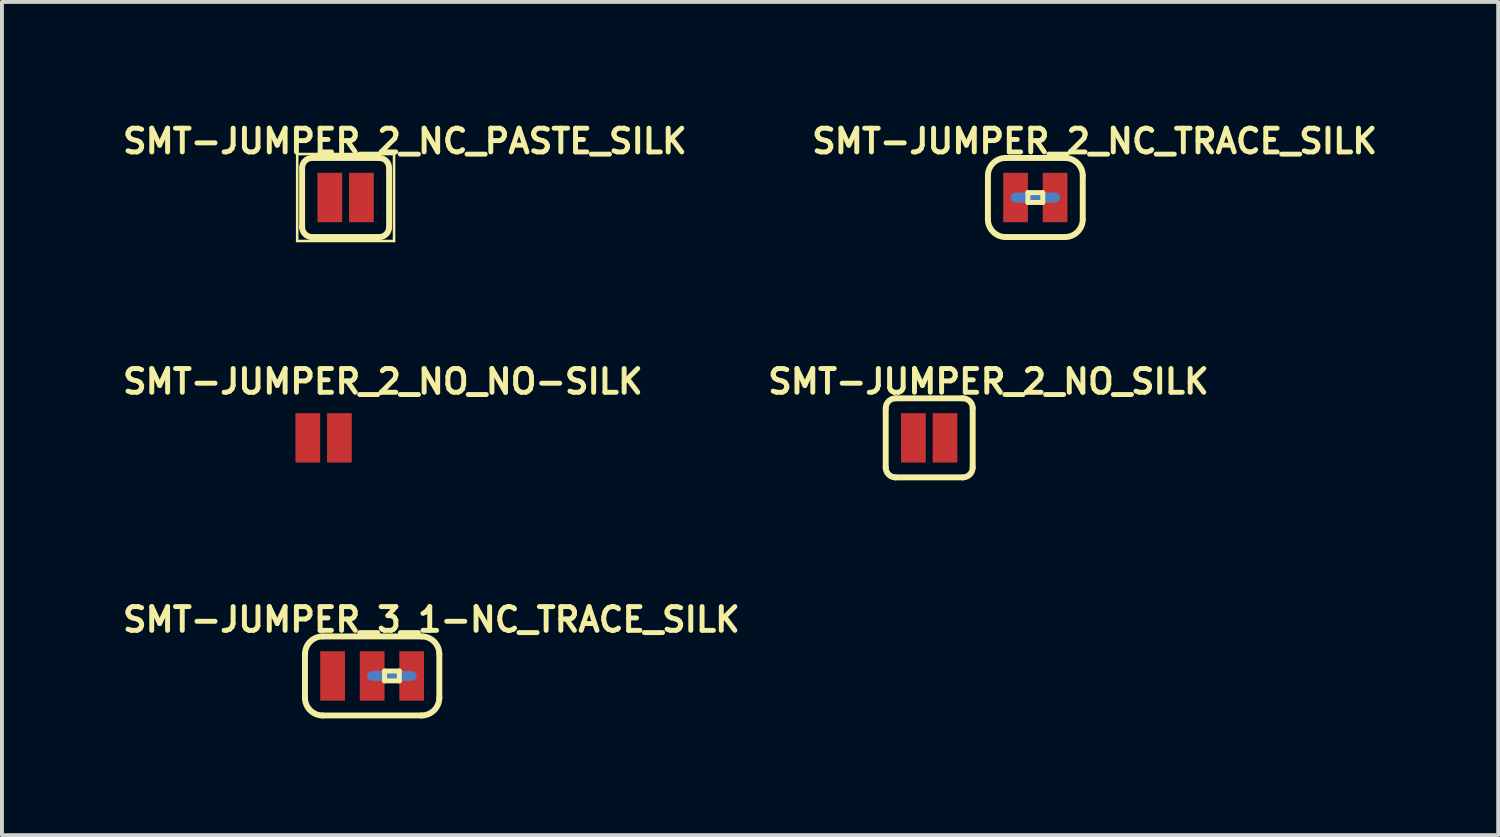
<source format=kicad_pcb>
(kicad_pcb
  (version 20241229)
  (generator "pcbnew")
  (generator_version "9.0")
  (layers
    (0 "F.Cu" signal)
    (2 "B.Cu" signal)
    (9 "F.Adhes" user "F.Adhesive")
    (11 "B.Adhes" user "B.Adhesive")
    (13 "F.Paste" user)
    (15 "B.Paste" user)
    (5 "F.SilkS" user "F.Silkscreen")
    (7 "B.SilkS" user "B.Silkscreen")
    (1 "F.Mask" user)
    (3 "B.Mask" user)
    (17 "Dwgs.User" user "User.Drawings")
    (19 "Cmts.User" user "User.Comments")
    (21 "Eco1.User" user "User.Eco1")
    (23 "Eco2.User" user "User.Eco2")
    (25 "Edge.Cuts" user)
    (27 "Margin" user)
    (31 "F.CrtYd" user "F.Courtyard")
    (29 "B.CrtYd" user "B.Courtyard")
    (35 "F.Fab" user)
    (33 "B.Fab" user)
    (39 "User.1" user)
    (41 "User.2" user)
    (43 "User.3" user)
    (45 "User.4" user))
  (footprint "SMT-JUMPER_3_1-NC_TRACE_SILK"
    (layer "F.Cu")
    (at 6.516 14.325)
    (property "Reference" "SMT-JUMPER_3_1-NC_TRACE_SILK" (at 1.524 -1.448 0) (layer "F.SilkS") (effects (font (size 0.61 0.61) (thickness 0.127))))
    (attr smd)
    (fp_line (start 0 0) (end 1.016 0) (stroke (width 0.254) (type solid)) (layer "B.Cu"))
    (fp_line (start -1.727 0.559) (end -1.727 -0.559) (stroke (width 0.152) (type solid)) (layer "F.SilkS"))
    (fp_line (start -1.27 -1.016) (end 1.27 -1.016) (stroke (width 0.152) (type solid)) (layer "F.SilkS"))
    (fp_line (start 0.318 -0.127) (end 0.699 -0.127) (stroke (width 0.127) (type solid)) (layer "F.SilkS"))
    (fp_line (start 0.318 0.127) (end 0.318 -0.127) (stroke (width 0.127) (type solid)) (layer "F.SilkS"))
    (fp_line (start 0.699 -0.127) (end 0.699 0.127) (stroke (width 0.127) (type solid)) (layer "F.SilkS"))
    (fp_line (start 0.699 0.127) (end 0.318 0.127) (stroke (width 0.127) (type solid)) (layer "F.SilkS"))
    (fp_line (start 1.27 1.016) (end -1.27 1.016) (stroke (width 0.152) (type solid)) (layer "F.SilkS"))
    (fp_line (start 1.727 0.559) (end 1.727 -0.559) (stroke (width 0.152) (type solid)) (layer "F.SilkS"))
    (fp_arc (start -1.7272 -0.5588) (mid -1.593289 -0.882089) (end -1.27 -1.016) (stroke (width 0.1524) (type solid)) (layer "F.SilkS"))
    (fp_arc (start -1.27 1.016) (mid -1.593289 0.882089) (end -1.7272 0.5588) (stroke (width 0.1524) (type solid)) (layer "F.SilkS"))
    (fp_arc (start 1.27 -1.016) (mid 1.593289 -0.882089) (end 1.7272 -0.5588) (stroke (width 0.1524) (type solid)) (layer "F.SilkS"))
    (fp_arc (start 1.7272 0.5588) (mid 1.593289 0.882089) (end 1.27 1.016) (stroke (width 0.1524) (type solid)) (layer "F.SilkS"))
    (pad "1" smd rect (at -1.016 0) (size 0.635 1.27) (layers "F.Cu" "F.Mask" "F.Paste"))
    (pad "2" smd rect (at 0 0) (size 0.635 1.27) (layers "F.Cu" "F.Mask" "F.Paste"))
    (pad "3" smd rect (at 1.016 0) (size 0.635 1.27) (layers "F.Cu" "F.Mask" "F.Paste")))
  (footprint "SMT-JUMPER_2_NO_NO-SILK"
    (layer "F.Cu")
    (at 5.268 8.205)
    (property "Reference" "SMT-JUMPER_2_NO_NO-SILK" (at 1.524 -1.448 0) (layer "F.SilkS") (effects (font (size 0.61 0.61) (thickness 0.127))))
    (attr smd)
    (pad "1" smd rect (at -0.406 0) (size 0.635 1.27) (layers "F.Cu" "F.Mask" "F.Paste"))
    (pad "2" smd rect (at 0.406 0) (size 0.635 1.27) (layers "F.Cu" "F.Mask" "F.Paste")))
  (footprint "SMT-JUMPER_2_NC_TRACE_SILK"
    (layer "F.Cu")
    (at 23.563 2.027)
    (property "Reference" "SMT-JUMPER_2_NC_TRACE_SILK" (at 1.524 -1.448 0) (layer "F.SilkS") (effects (font (size 0.61 0.61) (thickness 0.127))))
    (attr smd)
    (fp_line (start -0.508 0) (end 0.508 0) (stroke (width 0.254) (type solid)) (layer "B.Cu"))
    (fp_line (start -1.219 0.559) (end -1.219 -0.559) (stroke (width 0.152) (type solid)) (layer "F.SilkS"))
    (fp_line (start -0.762 -1.016) (end 0.762 -1.016) (stroke (width 0.152) (type solid)) (layer "F.SilkS"))
    (fp_line (start -0.191 -0.127) (end 0.191 -0.127) (stroke (width 0.127) (type solid)) (layer "F.SilkS"))
    (fp_line (start -0.191 0.127) (end -0.191 -0.127) (stroke (width 0.127) (type solid)) (layer "F.SilkS"))
    (fp_line (start 0.191 -0.127) (end 0.191 0.127) (stroke (width 0.127) (type solid)) (layer "F.SilkS"))
    (fp_line (start 0.191 0.127) (end -0.191 0.127) (stroke (width 0.127) (type solid)) (layer "F.SilkS"))
    (fp_line (start 0.762 1.016) (end -0.762 1.016) (stroke (width 0.152) (type solid)) (layer "F.SilkS"))
    (fp_line (start 1.219 0.559) (end 1.219 -0.559) (stroke (width 0.152) (type solid)) (layer "F.SilkS"))
    (fp_arc (start -1.2192 -0.5588) (mid -1.085289 -0.882089) (end -0.762 -1.016) (stroke (width 0.1524) (type solid)) (layer "F.SilkS"))
    (fp_arc (start -0.762 1.016) (mid -1.085289 0.882089) (end -1.2192 0.5588) (stroke (width 0.1524) (type solid)) (layer "F.SilkS"))
    (fp_arc (start 0.762 -1.016) (mid 1.085289 -0.882089) (end 1.2192 -0.5588) (stroke (width 0.1524) (type solid)) (layer "F.SilkS"))
    (fp_arc (start 1.2192 0.5588) (mid 1.085289 0.882089) (end 0.762 1.016) (stroke (width 0.1524) (type solid)) (layer "F.SilkS"))
    (pad "1" smd rect (at -0.508 0) (size 0.635 1.27) (layers "F.Cu" "F.Mask" "F.Paste"))
    (pad "2" smd rect (at 0.508 0) (size 0.635 1.27) (layers "F.Cu" "F.Mask" "F.Paste")))
  (footprint "SMT-JUMPER_2_NC_PASTE_SILK"
    (layer "F.Cu")
    (at 5.834 2.027)
    (property "Reference" "SMT-JUMPER_2_NC_PASTE_SILK" (at 1.524 -1.448 0) (layer "F.SilkS") (effects (font (size 0.61 0.61) (thickness 0.127))))
    (attr smd)
    (fp_line (start -1.245 -1.118) (end 1.245 -1.118) (stroke (width 0.066) (type solid)) (layer "F.SilkS"))
    (fp_line (start -1.245 1.118) (end -1.245 -1.118) (stroke (width 0.066) (type solid)) (layer "F.SilkS"))
    (fp_line (start -1.245 1.118) (end 1.245 1.118) (stroke (width 0.066) (type solid)) (layer "F.SilkS"))
    (fp_line (start -1.118 0.762) (end -1.118 -0.762) (stroke (width 0.152) (type solid)) (layer "F.SilkS"))
    (fp_line (start -0.864 -1.016) (end 0.864 -1.016) (stroke (width 0.152) (type solid)) (layer "F.SilkS"))
    (fp_line (start 0.864 1.016) (end -0.864 1.016) (stroke (width 0.152) (type solid)) (layer "F.SilkS"))
    (fp_line (start 1.118 0.762) (end 1.118 -0.762) (stroke (width 0.152) (type solid)) (layer "F.SilkS"))
    (fp_line (start 1.245 1.118) (end 1.245 -1.118) (stroke (width 0.066) (type solid)) (layer "F.SilkS"))
    (fp_arc (start -1.1176 -0.762) (mid -1.043205 -0.941605) (end -0.8636 -1.016) (stroke (width 0.1524) (type solid)) (layer "F.SilkS"))
    (fp_arc (start -0.8636 1.016) (mid -1.043205 0.941605) (end -1.1176 0.762) (stroke (width 0.1524) (type solid)) (layer "F.SilkS"))
    (fp_arc (start 0.8636 -1.016) (mid 1.043205 -0.941605) (end 1.1176 -0.762) (stroke (width 0.1524) (type solid)) (layer "F.SilkS"))
    (fp_arc (start 1.1176 0.762) (mid 1.043205 0.941605) (end 0.8636 1.016) (stroke (width 0.1524) (type solid)) (layer "F.SilkS"))
    (pad "1" smd rect (at -0.406 0) (size 0.635 1.27) (layers "F.Cu" "F.Mask" "F.Paste"))
    (pad "2" smd rect (at 0.406 0) (size 0.635 1.27) (layers "F.Cu" "F.Mask" "F.Paste")))
  (footprint "SMT-JUMPER_2_NO_SILK"
    (layer "F.Cu")
    (at 20.835 8.205)
    (property "Reference" "SMT-JUMPER_2_NO_SILK" (at 1.524 -1.448 0) (layer "F.SilkS") (effects (font (size 0.61 0.61) (thickness 0.127))))
    (attr smd)
    (fp_line (start -1.118 0.762) (end -1.118 -0.762) (stroke (width 0.152) (type solid)) (layer "F.SilkS"))
    (fp_line (start -0.864 -1.016) (end 0.864 -1.016) (stroke (width 0.152) (type solid)) (layer "F.SilkS"))
    (fp_line (start 0.864 1.016) (end -0.864 1.016) (stroke (width 0.152) (type solid)) (layer "F.SilkS"))
    (fp_line (start 1.118 0.762) (end 1.118 -0.762) (stroke (width 0.152) (type solid)) (layer "F.SilkS"))
    (fp_arc (start -1.1176 -0.762) (mid -1.043205 -0.941605) (end -0.8636 -1.016) (stroke (width 0.1524) (type solid)) (layer "F.SilkS"))
    (fp_arc (start -0.8636 1.016) (mid -1.043205 0.941605) (end -1.1176 0.762) (stroke (width 0.1524) (type solid)) (layer "F.SilkS"))
    (fp_arc (start 0.8636 -1.016) (mid 1.043205 -0.941605) (end 1.1176 -0.762) (stroke (width 0.1524) (type solid)) (layer "F.SilkS"))
    (fp_arc (start 1.1176 0.762) (mid 1.043205 0.941605) (end 0.8636 1.016) (stroke (width 0.1524) (type solid)) (layer "F.SilkS"))
    (pad "1" smd rect (at -0.406 0) (size 0.635 1.27) (layers "F.Cu" "F.Mask" "F.Paste"))
    (pad "2" smd rect (at 0.406 0) (size 0.635 1.27) (layers "F.Cu" "F.Mask" "F.Paste")))
  (gr_rect
    (start -3 -3)
    (end 35.46 18.417)
    (stroke (width 0.1) (type default))
    (fill no)
    (layer "Edge.Cuts")))
</source>
